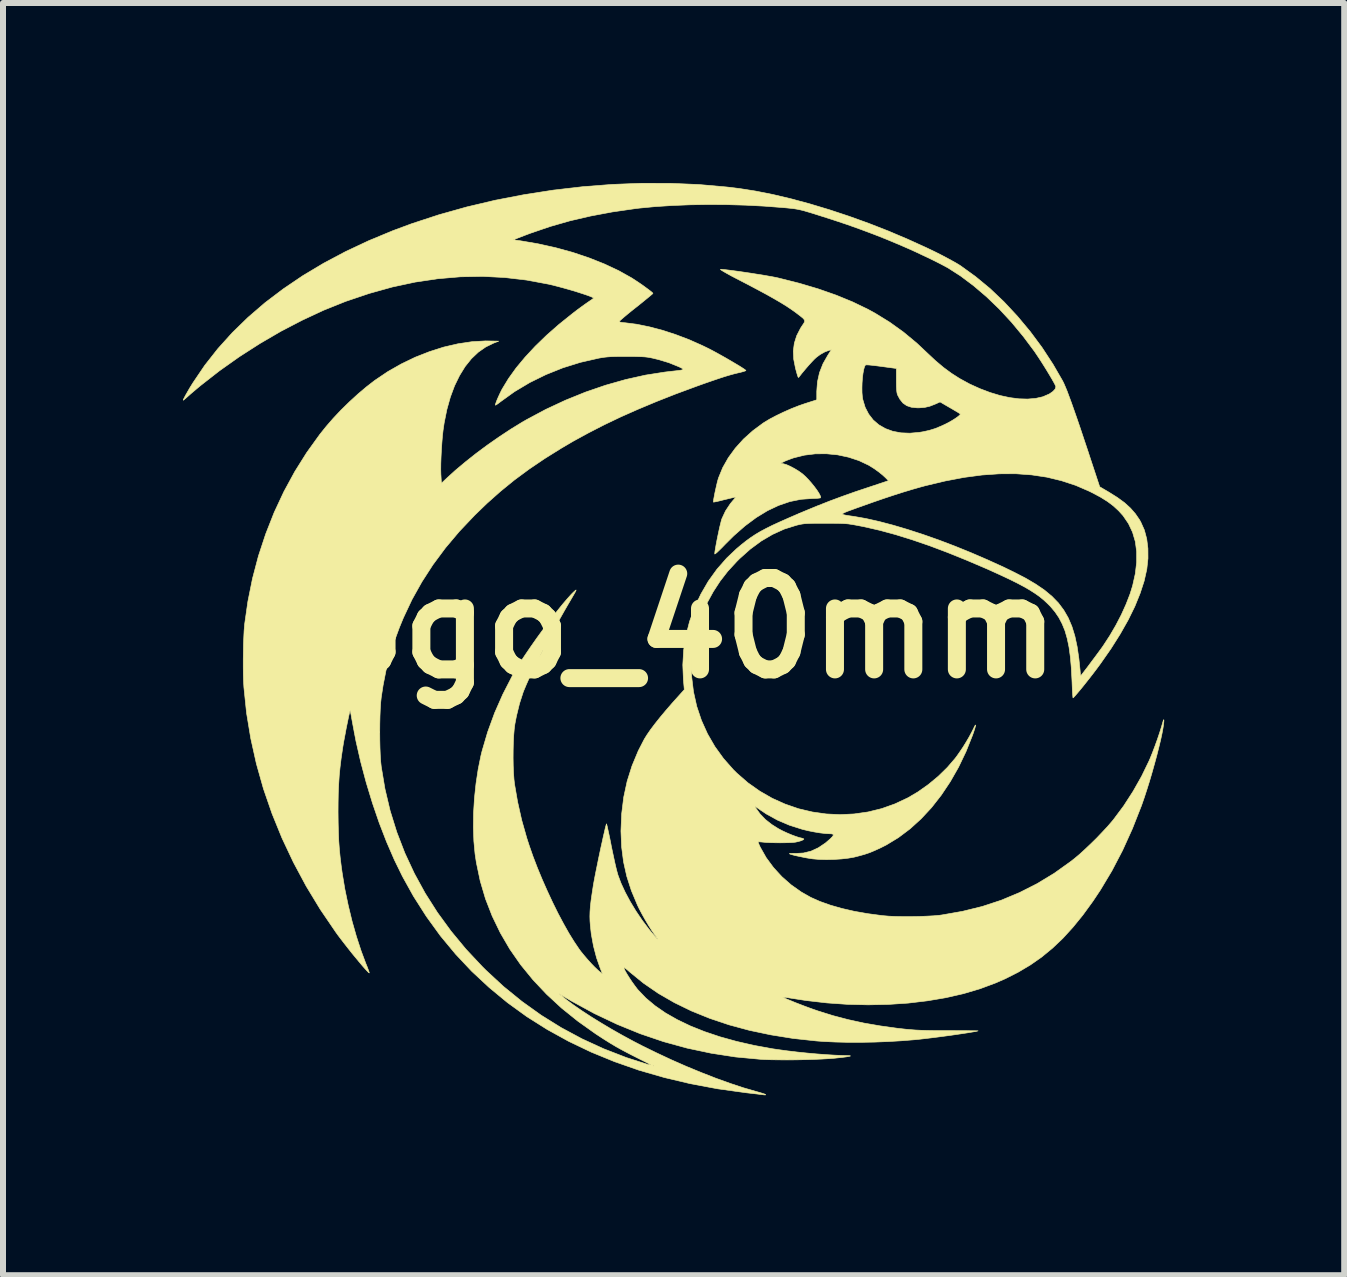
<source format=kicad_pcb>
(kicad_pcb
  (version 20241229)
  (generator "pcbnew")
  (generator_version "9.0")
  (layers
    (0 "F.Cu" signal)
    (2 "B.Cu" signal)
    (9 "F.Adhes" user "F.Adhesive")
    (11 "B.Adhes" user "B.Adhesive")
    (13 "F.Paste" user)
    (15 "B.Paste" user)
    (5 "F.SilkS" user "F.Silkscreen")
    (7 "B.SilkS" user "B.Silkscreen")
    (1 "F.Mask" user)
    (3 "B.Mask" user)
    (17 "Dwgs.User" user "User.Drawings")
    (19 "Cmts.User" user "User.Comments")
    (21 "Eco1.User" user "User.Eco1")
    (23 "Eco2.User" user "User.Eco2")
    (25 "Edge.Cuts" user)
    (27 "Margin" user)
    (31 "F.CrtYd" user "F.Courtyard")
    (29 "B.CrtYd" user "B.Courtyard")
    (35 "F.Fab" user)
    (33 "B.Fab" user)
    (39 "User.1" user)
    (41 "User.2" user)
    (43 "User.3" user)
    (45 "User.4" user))
  (footprint "logo_40mm"
    (layer "F.Cu")
    (at 8.038 7.419)
    (property "Reference" "logo_40mm" (at 0 0 0) (layer "F.SilkS") (effects (font (size 1.524 1.524) (thickness 0.3))))
    (attr through_hole)
    (fp_poly (pts (xy 0.088 -7.413) (xy 0.563 -7.393) (xy 1.026 -7.352) (xy 1.234 -7.327) (xy 1.508 -7.284) (xy 1.799 -7.226) (xy 2.103 -7.154) (xy 2.417 -7.069) (xy 2.739 -6.972) (xy 3.065 -6.864) (xy 3.393 -6.746) (xy 3.718 -6.619) (xy 4.039 -6.483) (xy 4.352 -6.341) (xy 4.502 -6.269) (xy 4.591 -6.224) (xy 4.681 -6.177) (xy 4.766 -6.131) (xy 4.842 -6.089) (xy 4.902 -6.053) (xy 4.928 -6.036) (xy 5.173 -5.859) (xy 5.414 -5.66) (xy 5.647 -5.439) (xy 5.87 -5.2) (xy 6.083 -4.945) (xy 6.282 -4.677) (xy 6.465 -4.397) (xy 6.623 -4.124) (xy 6.645 -4.08) (xy 6.67 -4.022) (xy 6.7 -3.95) (xy 6.733 -3.861) (xy 6.772 -3.756) (xy 6.816 -3.631) (xy 6.866 -3.488) (xy 6.922 -3.324) (xy 6.984 -3.138) (xy 7.054 -2.929) (xy 7.069 -2.882) (xy 7.243 -2.355) (xy 7.398 -2.264) (xy 7.538 -2.176) (xy 7.657 -2.089) (xy 7.756 -1.999) (xy 7.838 -1.905) (xy 7.908 -1.803) (xy 7.929 -1.765) (xy 7.988 -1.633) (xy 8.027 -1.486) (xy 8.047 -1.327) (xy 8.048 -1.16) (xy 8.029 -0.986) (xy 8.028 -0.979) (xy 7.984 -0.783) (xy 7.917 -0.578) (xy 7.829 -0.361) (xy 7.718 -0.135) (xy 7.585 0.1) (xy 7.431 0.344) (xy 7.255 0.596) (xy 7.184 0.692) (xy 7.13 0.763) (xy 7.074 0.835) (xy 7.017 0.907) (xy 6.963 0.975) (xy 6.913 1.036) (xy 6.869 1.088) (xy 6.834 1.129) (xy 6.81 1.155) (xy 6.798 1.164) (xy 6.798 1.163) (xy 6.796 1.149) (xy 6.793 1.114) (xy 6.789 1.06) (xy 6.786 0.992) (xy 6.783 0.913) (xy 6.781 0.867) (xy 6.77 0.663) (xy 6.754 0.481) (xy 6.732 0.319) (xy 6.702 0.175) (xy 6.665 0.046) (xy 6.618 -0.069) (xy 6.563 -0.174) (xy 6.497 -0.271) (xy 6.42 -0.362) (xy 6.373 -0.409) (xy 6.312 -0.466) (xy 6.244 -0.522) (xy 6.168 -0.576) (xy 6.082 -0.631) (xy 5.984 -0.688) (xy 5.871 -0.748) (xy 5.742 -0.812) (xy 5.593 -0.882) (xy 5.424 -0.959) (xy 5.366 -0.985) (xy 5.029 -1.129) (xy 4.71 -1.258) (xy 4.408 -1.372) (xy 4.119 -1.471) (xy 3.842 -1.557) (xy 3.577 -1.629) (xy 3.32 -1.688) (xy 3.207 -1.71) (xy 3.148 -1.721) (xy 3.098 -1.729) (xy 3.052 -1.736) (xy 3.005 -1.74) (xy 2.952 -1.743) (xy 2.89 -1.745) (xy 2.813 -1.746) (xy 2.718 -1.746) (xy 2.667 -1.746) (xy 2.563 -1.746) (xy 2.48 -1.746) (xy 2.415 -1.744) (xy 2.363 -1.742) (xy 2.321 -1.739) (xy 2.285 -1.734) (xy 2.25 -1.728) (xy 2.212 -1.719) (xy 2.181 -1.711) (xy 1.984 -1.649) (xy 1.79 -1.561) (xy 1.601 -1.45) (xy 1.418 -1.315) (xy 1.242 -1.158) (xy 1.193 -1.109) (xy 1.044 -0.947) (xy 0.916 -0.782) (xy 0.802 -0.607) (xy 0.698 -0.417) (xy 0.675 -0.368) (xy 0.578 -0.142) (xy 0.507 0.084) (xy 0.461 0.311) (xy 0.438 0.541) (xy 0.44 0.777) (xy 0.442 0.815) (xy 0.472 1.063) (xy 0.526 1.305) (xy 0.604 1.538) (xy 0.705 1.762) (xy 0.828 1.975) (xy 0.973 2.176) (xy 1.138 2.363) (xy 1.195 2.419) (xy 1.38 2.58) (xy 1.577 2.719) (xy 1.784 2.838) (xy 2 2.935) (xy 2.223 3.012) (xy 2.451 3.066) (xy 2.683 3.099) (xy 2.916 3.11) (xy 3.15 3.099) (xy 3.381 3.066) (xy 3.609 3.01) (xy 3.831 2.931) (xy 4.046 2.83) (xy 4.214 2.731) (xy 4.389 2.607) (xy 4.554 2.47) (xy 4.704 2.323) (xy 4.834 2.172) (xy 4.862 2.135) (xy 4.911 2.065) (xy 4.965 1.985) (xy 5.018 1.899) (xy 5.067 1.815) (xy 5.108 1.739) (xy 5.136 1.684) (xy 5.157 1.64) (xy 5.17 1.618) (xy 5.175 1.618) (xy 5.172 1.637) (xy 5.161 1.676) (xy 5.143 1.732) (xy 5.124 1.786) (xy 5.015 2.059) (xy 4.891 2.318) (xy 4.753 2.56) (xy 4.602 2.786) (xy 4.44 2.993) (xy 4.266 3.18) (xy 4.082 3.347) (xy 3.888 3.493) (xy 3.687 3.615) (xy 3.592 3.663) (xy 3.494 3.708) (xy 3.408 3.744) (xy 3.322 3.773) (xy 3.228 3.799) (xy 3.15 3.819) (xy 3.053 3.836) (xy 2.94 3.849) (xy 2.816 3.857) (xy 2.691 3.86) (xy 2.57 3.857) (xy 2.462 3.848) (xy 2.428 3.843) (xy 2.359 3.832) (xy 2.288 3.818) (xy 2.221 3.804) (xy 2.161 3.791) (xy 2.113 3.778) (xy 2.081 3.768) (xy 2.07 3.761) (xy 2.082 3.758) (xy 2.113 3.756) (xy 2.158 3.756) (xy 2.176 3.757) (xy 2.306 3.75) (xy 2.432 3.719) (xy 2.553 3.663) (xy 2.672 3.583) (xy 2.753 3.513) (xy 2.789 3.476) (xy 2.804 3.451) (xy 2.798 3.437) (xy 2.77 3.43) (xy 2.74 3.429) (xy 2.67 3.425) (xy 2.583 3.415) (xy 2.486 3.399) (xy 2.385 3.379) (xy 2.287 3.355) (xy 2.28 3.353) (xy 2.07 3.286) (xy 1.871 3.201) (xy 1.686 3.099) (xy 1.589 3.034) (xy 1.542 3.001) (xy 1.513 2.982) (xy 1.499 2.976) (xy 1.499 2.983) (xy 1.505 2.993) (xy 1.582 3.099) (xy 1.671 3.192) (xy 1.778 3.276) (xy 1.886 3.344) (xy 1.952 3.379) (xy 2.027 3.414) (xy 2.105 3.447) (xy 2.178 3.474) (xy 2.239 3.494) (xy 2.264 3.499) (xy 2.294 3.507) (xy 2.311 3.516) (xy 2.311 3.518) (xy 2.3 3.53) (xy 2.267 3.545) (xy 2.219 3.559) (xy 2.173 3.569) (xy 2.132 3.574) (xy 2.071 3.577) (xy 1.997 3.579) (xy 1.915 3.58) (xy 1.832 3.579) (xy 1.753 3.577) (xy 1.684 3.574) (xy 1.632 3.569) (xy 1.632 3.569) (xy 1.591 3.565) (xy 1.561 3.563) (xy 1.55 3.565) (xy 1.552 3.577) (xy 1.564 3.607) (xy 1.582 3.647) (xy 1.586 3.655) (xy 1.684 3.828) (xy 1.805 3.992) (xy 1.944 4.144) (xy 2.1 4.281) (xy 2.27 4.401) (xy 2.427 4.49) (xy 2.578 4.557) (xy 2.752 4.619) (xy 2.944 4.674) (xy 3.153 4.722) (xy 3.375 4.761) (xy 3.607 4.792) (xy 3.635 4.795) (xy 3.729 4.803) (xy 3.842 4.808) (xy 3.966 4.81) (xy 4.097 4.81) (xy 4.23 4.808) (xy 4.357 4.803) (xy 4.473 4.797) (xy 4.573 4.788) (xy 4.616 4.782) (xy 4.957 4.722) (xy 5.286 4.641) (xy 5.602 4.537) (xy 5.906 4.41) (xy 6.2 4.261) (xy 6.484 4.089) (xy 6.757 3.894) (xy 6.826 3.84) (xy 6.906 3.773) (xy 6.997 3.69) (xy 7.094 3.598) (xy 7.193 3.501) (xy 7.287 3.402) (xy 7.374 3.309) (xy 7.447 3.224) (xy 7.472 3.194) (xy 7.642 2.966) (xy 7.799 2.723) (xy 7.941 2.472) (xy 8.063 2.221) (xy 8.082 2.178) (xy 8.121 2.082) (xy 8.162 1.974) (xy 8.203 1.861) (xy 8.24 1.751) (xy 8.272 1.65) (xy 8.293 1.577) (xy 8.304 1.54) (xy 8.311 1.527) (xy 8.313 1.537) (xy 8.312 1.567) (xy 8.306 1.618) (xy 8.299 1.665) (xy 8.283 1.753) (xy 8.26 1.861) (xy 8.23 1.985) (xy 8.196 2.12) (xy 8.157 2.263) (xy 8.116 2.409) (xy 8.073 2.555) (xy 8.029 2.695) (xy 7.986 2.827) (xy 7.945 2.945) (xy 7.939 2.962) (xy 7.789 3.343) (xy 7.625 3.705) (xy 7.447 4.046) (xy 7.256 4.365) (xy 7.128 4.557) (xy 6.962 4.785) (xy 6.796 4.989) (xy 6.628 5.173) (xy 6.455 5.337) (xy 6.275 5.485) (xy 6.086 5.617) (xy 5.884 5.737) (xy 5.669 5.846) (xy 5.506 5.917) (xy 5.248 6.013) (xy 4.971 6.095) (xy 4.678 6.162) (xy 4.37 6.214) (xy 4.051 6.252) (xy 3.721 6.274) (xy 3.384 6.281) (xy 3.042 6.273) (xy 2.696 6.249) (xy 2.35 6.209) (xy 2.109 6.172) (xy 2.052 6.163) (xy 2.004 6.156) (xy 1.972 6.152) (xy 1.96 6.151) (xy 1.969 6.158) (xy 1.998 6.172) (xy 2.044 6.192) (xy 2.103 6.216) (xy 2.171 6.244) (xy 2.246 6.273) (xy 2.324 6.303) (xy 2.4 6.331) (xy 2.472 6.357) (xy 2.536 6.379) (xy 2.544 6.382) (xy 2.797 6.461) (xy 3.052 6.528) (xy 3.313 6.585) (xy 3.585 6.632) (xy 3.873 6.672) (xy 4.026 6.689) (xy 4.097 6.695) (xy 4.174 6.701) (xy 4.26 6.705) (xy 4.358 6.708) (xy 4.472 6.71) (xy 4.606 6.711) (xy 4.727 6.711) (xy 4.835 6.711) (xy 4.936 6.712) (xy 5.025 6.712) (xy 5.1 6.713) (xy 5.158 6.713) (xy 5.197 6.714) (xy 5.215 6.714) (xy 5.215 6.714) (xy 5.199 6.72) (xy 5.161 6.727) (xy 5.104 6.737) (xy 5.031 6.749) (xy 4.945 6.762) (xy 4.85 6.776) (xy 4.747 6.791) (xy 4.641 6.805) (xy 4.535 6.819) (xy 4.431 6.832) (xy 4.332 6.844) (xy 4.243 6.854) (xy 4.165 6.862) (xy 4.153 6.863) (xy 3.94 6.88) (xy 3.718 6.893) (xy 3.491 6.902) (xy 3.265 6.906) (xy 3.045 6.906) (xy 2.837 6.901) (xy 2.644 6.892) (xy 2.521 6.883) (xy 2.133 6.841) (xy 1.76 6.781) (xy 1.404 6.706) (xy 1.064 6.614) (xy 0.742 6.506) (xy 0.438 6.383) (xy 0.153 6.244) (xy -0.114 6.09) (xy -0.361 5.92) (xy -0.584 5.739) (xy -0.631 5.698) (xy -0.663 5.672) (xy -0.68 5.661) (xy -0.687 5.661) (xy -0.685 5.673) (xy -0.684 5.677) (xy -0.667 5.715) (xy -0.637 5.767) (xy -0.599 5.828) (xy -0.556 5.893) (xy -0.51 5.957) (xy -0.467 6.014) (xy -0.451 6.033) (xy -0.322 6.168) (xy -0.169 6.296) (xy 0.006 6.417) (xy 0.203 6.529) (xy 0.42 6.633) (xy 0.658 6.728) (xy 0.914 6.814) (xy 1.188 6.89) (xy 1.48 6.957) (xy 1.787 7.013) (xy 1.889 7.028) (xy 2.036 7.048) (xy 2.194 7.067) (xy 2.359 7.084) (xy 2.523 7.099) (xy 2.682 7.111) (xy 2.83 7.12) (xy 2.961 7.125) (xy 3.01 7.126) (xy 3.06 7.127) (xy 3.086 7.13) (xy 3.087 7.135) (xy 3.063 7.141) (xy 3.015 7.149) (xy 2.943 7.158) (xy 2.848 7.168) (xy 2.832 7.17) (xy 2.731 7.178) (xy 2.61 7.185) (xy 2.474 7.191) (xy 2.328 7.195) (xy 2.179 7.198) (xy 2.03 7.199) (xy 1.888 7.198) (xy 1.757 7.196) (xy 1.644 7.192) (xy 1.591 7.189) (xy 1.173 7.15) (xy 0.765 7.087) (xy 0.364 7.002) (xy -0.029 6.894) (xy -0.417 6.762) (xy -0.8 6.606) (xy -1.18 6.426) (xy -1.558 6.22) (xy -1.734 6.116) (xy -1.772 6.093) (xy -1.74 6.12) (xy -1.64 6.201) (xy -1.52 6.289) (xy -1.382 6.384) (xy -1.23 6.483) (xy -1.065 6.585) (xy -0.892 6.688) (xy -0.712 6.79) (xy -0.529 6.889) (xy -0.384 6.964) (xy -0.141 7.083) (xy 0.107 7.199) (xy 0.357 7.309) (xy 0.605 7.411) (xy 0.848 7.506) (xy 1.082 7.59) (xy 1.302 7.663) (xy 1.505 7.722) (xy 1.565 7.739) (xy 1.615 7.754) (xy 1.652 7.766) (xy 1.669 7.774) (xy 1.669 7.774) (xy 1.675 7.78) (xy 1.67 7.783) (xy 1.649 7.782) (xy 1.609 7.777) (xy 1.607 7.777) (xy 1.582 7.774) (xy 1.536 7.768) (xy 1.476 7.761) (xy 1.405 7.753) (xy 1.346 7.746) (xy 0.877 7.681) (xy 0.422 7.596) (xy -0.016 7.492) (xy -0.439 7.37) (xy -0.65 7.296) (xy -0.203 7.296) (xy -0.197 7.303) (xy -0.191 7.296) (xy -0.197 7.29) (xy -0.203 7.296) (xy -0.65 7.296) (xy -0.845 7.228) (xy -1.235 7.068) (xy -1.609 6.889) (xy -1.966 6.692) (xy -2.307 6.477) (xy -2.63 6.243) (xy -2.935 5.991) (xy -3.224 5.722) (xy -3.494 5.435) (xy -3.747 5.13) (xy -3.981 4.807) (xy -4.197 4.468) (xy -4.379 4.14) (xy -4.515 3.862) (xy -4.645 3.562) (xy -4.767 3.246) (xy -4.88 2.916) (xy -4.983 2.577) (xy -5.075 2.232) (xy -5.154 1.886) (xy -5.183 1.734) (xy -4.758 1.734) (xy -4.757 1.869) (xy -4.754 2) (xy -4.749 2.121) (xy -4.742 2.227) (xy -4.733 2.311) (xy -4.671 2.682) (xy -4.585 3.045) (xy -4.474 3.402) (xy -4.34 3.75) (xy -4.182 4.089) (xy -4.001 4.42) (xy -3.797 4.741) (xy -3.57 5.052) (xy -3.321 5.353) (xy -3.049 5.643) (xy -2.989 5.703) (xy -2.695 5.975) (xy -2.387 6.225) (xy -2.067 6.454) (xy -1.734 6.661) (xy -1.386 6.848) (xy -1.024 7.014) (xy -0.647 7.16) (xy -0.292 7.274) (xy -0.259 7.283) (xy -0.242 7.286) (xy -0.241 7.282) (xy -0.258 7.271) (xy -0.294 7.251) (xy -0.351 7.222) (xy -0.429 7.183) (xy -0.445 7.175) (xy -0.581 7.106) (xy -0.701 7.043) (xy -0.81 6.983) (xy -0.916 6.92) (xy -1.026 6.851) (xy -1.147 6.772) (xy -1.162 6.762) (xy -1.456 6.553) (xy -1.728 6.334) (xy -1.977 6.104) (xy -2.204 5.863) (xy -2.409 5.612) (xy -2.59 5.352) (xy -2.748 5.081) (xy -2.883 4.802) (xy -2.995 4.514) (xy -3.083 4.216) (xy -3.147 3.911) (xy -3.169 3.766) (xy -3.189 3.552) (xy -3.197 3.322) (xy -3.194 3.082) (xy -3.179 2.836) (xy -3.153 2.591) (xy -3.117 2.353) (xy -3.071 2.126) (xy -3.053 2.053) (xy -2.959 1.733) (xy -2.843 1.415) (xy -2.706 1.104) (xy -2.552 0.804) (xy -2.381 0.519) (xy -2.334 0.448) (xy -2.244 0.316) (xy -2.151 0.183) (xy -2.056 0.052) (xy -1.961 -0.075) (xy -1.869 -0.196) (xy -1.782 -0.307) (xy -1.701 -0.407) (xy -1.628 -0.492) (xy -1.566 -0.561) (xy -1.53 -0.597) (xy -1.507 -0.618) (xy -1.492 -0.631) (xy -1.485 -0.634) (xy -1.487 -0.625) (xy -1.498 -0.602) (xy -1.52 -0.563) (xy -1.553 -0.506) (xy -1.598 -0.429) (xy -1.602 -0.423) (xy -1.679 -0.29) (xy -1.759 -0.148) (xy -1.84 0.000059) (xy -1.921 0.151) (xy -2 0.301) (xy -2.076 0.448) (xy -2.148 0.59) (xy -2.212 0.722) (xy -2.27 0.842) (xy -2.317 0.948) (xy -2.354 1.036) (xy -2.367 1.069) (xy -2.428 1.258) (xy -2.479 1.466) (xy -2.505 1.6) (xy -2.516 1.684) (xy -2.525 1.789) (xy -2.531 1.907) (xy -2.534 2.034) (xy -2.535 2.165) (xy -2.533 2.294) (xy -2.528 2.416) (xy -2.52 2.525) (xy -2.511 2.603) (xy -2.46 2.898) (xy -2.392 3.201) (xy -2.306 3.504) (xy -2.266 3.627) (xy -2.202 3.81) (xy -2.129 4) (xy -2.049 4.193) (xy -1.964 4.385) (xy -1.876 4.574) (xy -1.786 4.756) (xy -1.695 4.927) (xy -1.606 5.085) (xy -1.519 5.226) (xy -1.437 5.348) (xy -1.407 5.389) (xy -1.355 5.453) (xy -1.296 5.522) (xy -1.235 5.59) (xy -1.175 5.652) (xy -1.122 5.702) (xy -1.091 5.729) (xy -1.044 5.766) (xy -1.081 5.675) (xy -1.144 5.496) (xy -1.195 5.301) (xy -1.232 5.098) (xy -1.247 4.961) (xy -1.253 4.883) (xy -1.255 4.807) (xy -1.253 4.729) (xy -1.247 4.643) (xy -1.236 4.547) (xy -1.22 4.435) (xy -1.2 4.304) (xy -1.195 4.273) (xy -1.184 4.212) (xy -1.17 4.138) (xy -1.153 4.052) (xy -1.134 3.959) (xy -1.114 3.86) (xy -1.093 3.76) (xy -1.072 3.661) (xy -1.051 3.567) (xy -1.032 3.48) (xy -1.014 3.403) (xy -1 3.341) (xy -0.988 3.295) (xy -0.98 3.269) (xy -0.978 3.264) (xy -0.974 3.276) (xy -0.965 3.31) (xy -0.954 3.362) (xy -0.939 3.431) (xy -0.922 3.511) (xy -0.904 3.602) (xy -0.899 3.63) (xy -0.878 3.73) (xy -0.857 3.828) (xy -0.837 3.921) (xy -0.818 4.002) (xy -0.801 4.068) (xy -0.788 4.114) (xy -0.788 4.115) (xy -0.736 4.254) (xy -0.667 4.403) (xy -0.584 4.558) (xy -0.489 4.715) (xy -0.385 4.869) (xy -0.275 5.015) (xy -0.249 5.047) (xy -0.199 5.106) (xy -0.162 5.15) (xy -0.137 5.177) (xy -0.126 5.187) (xy -0.128 5.179) (xy -0.145 5.153) (xy -0.172 5.116) (xy -0.22 5.047) (xy -0.274 4.962) (xy -0.33 4.868) (xy -0.384 4.772) (xy -0.432 4.681) (xy -0.462 4.619) (xy -0.563 4.378) (xy -0.64 4.139) (xy -0.694 3.897) (xy -0.726 3.648) (xy -0.737 3.389) (xy -0.737 3.381) (xy -0.725 3.095) (xy -0.691 2.82) (xy -0.634 2.555) (xy -0.553 2.298) (xy -0.449 2.048) (xy -0.348 1.852) (xy -0.304 1.781) (xy -0.244 1.694) (xy -0.17 1.596) (xy -0.084 1.488) (xy 0.012 1.373) (xy 0.115 1.254) (xy 0.166 1.197) (xy 0.319 1.027) (xy 0.304 0.86) (xy 0.294 0.615) (xy 0.308 0.37) (xy 0.346 0.127) (xy 0.407 -0.111) (xy 0.49 -0.343) (xy 0.595 -0.566) (xy 0.719 -0.78) (xy 0.863 -0.98) (xy 1.026 -1.166) (xy 1.187 -1.319) (xy 1.27 -1.389) (xy 1.348 -1.451) (xy 1.425 -1.507) (xy 1.503 -1.559) (xy 1.587 -1.609) (xy 1.681 -1.659) (xy 1.787 -1.712) (xy 1.909 -1.768) (xy 2.051 -1.831) (xy 2.076 -1.842) (xy 2.21 -1.9) (xy 2.955 -1.9) (xy 2.967 -1.891) (xy 3 -1.883) (xy 3.051 -1.874) (xy 3.122 -1.864) (xy 3.15 -1.86) (xy 3.348 -1.825) (xy 3.566 -1.776) (xy 3.798 -1.715) (xy 4.044 -1.642) (xy 4.3 -1.559) (xy 4.564 -1.466) (xy 4.832 -1.364) (xy 5.103 -1.254) (xy 5.374 -1.137) (xy 5.642 -1.015) (xy 5.823 -0.927) (xy 6.012 -0.829) (xy 6.178 -0.731) (xy 6.323 -0.632) (xy 6.448 -0.528) (xy 6.555 -0.418) (xy 6.644 -0.299) (xy 6.719 -0.169) (xy 6.78 -0.026) (xy 6.829 0.133) (xy 6.867 0.31) (xy 6.896 0.508) (xy 6.916 0.701) (xy 6.924 0.799) (xy 6.953 0.764) (xy 6.969 0.743) (xy 6.998 0.705) (xy 7.036 0.656) (xy 7.079 0.598) (xy 7.113 0.552) (xy 7.162 0.487) (xy 7.21 0.422) (xy 7.254 0.362) (xy 7.289 0.314) (xy 7.304 0.292) (xy 7.411 0.128) (xy 7.512 -0.045) (xy 7.604 -0.222) (xy 7.683 -0.397) (xy 7.749 -0.567) (xy 7.792 -0.705) (xy 7.837 -0.906) (xy 7.859 -1.096) (xy 7.859 -1.275) (xy 7.837 -1.441) (xy 7.791 -1.597) (xy 7.723 -1.741) (xy 7.633 -1.873) (xy 7.558 -1.956) (xy 7.472 -2.035) (xy 7.374 -2.109) (xy 7.259 -2.181) (xy 7.124 -2.253) (xy 7.068 -2.281) (xy 6.841 -2.379) (xy 6.606 -2.456) (xy 6.363 -2.515) (xy 6.109 -2.553) (xy 5.846 -2.572) (xy 5.57 -2.571) (xy 5.282 -2.551) (xy 4.981 -2.511) (xy 4.666 -2.451) (xy 4.335 -2.372) (xy 4.247 -2.348) (xy 4.121 -2.312) (xy 3.975 -2.268) (xy 3.815 -2.217) (xy 3.646 -2.161) (xy 3.472 -2.101) (xy 3.298 -2.039) (xy 3.213 -2.009) (xy 3.117 -1.974) (xy 3.043 -1.947) (xy 2.992 -1.926) (xy 2.963 -1.911) (xy 2.955 -1.9) (xy 2.21 -1.9) (xy 2.312 -1.943) (xy 2.532 -2.034) (xy 2.743 -2.117) (xy 2.953 -2.195) (xy 3.167 -2.271) (xy 3.35 -2.332) (xy 3.722 -2.456) (xy 3.674 -2.505) (xy 3.623 -2.552) (xy 3.558 -2.604) (xy 3.486 -2.656) (xy 3.414 -2.701) (xy 3.391 -2.715) (xy 3.23 -2.791) (xy 3.057 -2.848) (xy 2.875 -2.887) (xy 2.689 -2.905) (xy 2.503 -2.904) (xy 2.322 -2.882) (xy 2.149 -2.839) (xy 2.13 -2.833) (xy 2.075 -2.813) (xy 2.022 -2.793) (xy 1.982 -2.776) (xy 1.976 -2.772) (xy 1.926 -2.747) (xy 1.972 -2.738) (xy 2.023 -2.723) (xy 2.086 -2.695) (xy 2.156 -2.658) (xy 2.225 -2.616) (xy 2.286 -2.572) (xy 2.299 -2.561) (xy 2.344 -2.52) (xy 2.392 -2.47) (xy 2.44 -2.415) (xy 2.486 -2.358) (xy 2.527 -2.303) (xy 2.56 -2.253) (xy 2.582 -2.212) (xy 2.593 -2.183) (xy 2.589 -2.17) (xy 2.569 -2.166) (xy 2.531 -2.162) (xy 2.48 -2.16) (xy 2.45 -2.159) (xy 2.264 -2.146) (xy 2.078 -2.108) (xy 1.891 -2.044) (xy 1.705 -1.956) (xy 1.518 -1.842) (xy 1.331 -1.703) (xy 1.144 -1.539) (xy 1.003 -1.399) (xy 0.947 -1.341) (xy 0.899 -1.294) (xy 0.862 -1.259) (xy 0.836 -1.238) (xy 0.826 -1.234) (xy 0.826 -1.235) (xy 0.828 -1.265) (xy 0.836 -1.315) (xy 0.847 -1.38) (xy 0.861 -1.455) (xy 0.877 -1.534) (xy 0.894 -1.614) (xy 0.91 -1.687) (xy 0.926 -1.751) (xy 0.938 -1.8) (xy 0.946 -1.823) (xy 1.006 -1.952) (xy 1.085 -2.071) (xy 1.125 -2.12) (xy 1.153 -2.152) (xy 1.171 -2.175) (xy 1.175 -2.184) (xy 1.174 -2.184) (xy 1.16 -2.181) (xy 1.125 -2.173) (xy 1.074 -2.161) (xy 1.013 -2.146) (xy 0.987 -2.14) (xy 0.924 -2.124) (xy 0.87 -2.111) (xy 0.83 -2.103) (xy 0.807 -2.099) (xy 0.805 -2.099) (xy 0.805 -2.114) (xy 0.809 -2.148) (xy 0.818 -2.197) (xy 0.829 -2.255) (xy 0.843 -2.318) (xy 0.857 -2.38) (xy 0.87 -2.436) (xy 0.883 -2.482) (xy 0.889 -2.502) (xy 0.959 -2.673) (xy 1.053 -2.839) (xy 1.169 -2.998) (xy 1.305 -3.149) (xy 1.46 -3.288) (xy 1.631 -3.415) (xy 1.648 -3.426) (xy 1.742 -3.483) (xy 1.854 -3.542) (xy 1.977 -3.601) (xy 2.104 -3.657) (xy 2.229 -3.706) (xy 2.333 -3.742) (xy 2.527 -3.804) (xy 2.527 -3.944) (xy 2.531 -4.001) (xy 3.28 -4.001) (xy 3.281 -3.922) (xy 3.287 -3.851) (xy 3.294 -3.81) (xy 3.333 -3.68) (xy 3.392 -3.566) (xy 3.468 -3.468) (xy 3.561 -3.388) (xy 3.67 -3.325) (xy 3.793 -3.28) (xy 3.93 -3.254) (xy 4.079 -3.248) (xy 4.238 -3.262) (xy 4.299 -3.272) (xy 4.403 -3.295) (xy 4.5 -3.325) (xy 4.6 -3.366) (xy 4.667 -3.397) (xy 4.728 -3.428) (xy 4.787 -3.462) (xy 4.839 -3.495) (xy 4.881 -3.525) (xy 4.909 -3.549) (xy 4.92 -3.566) (xy 4.919 -3.569) (xy 4.905 -3.579) (xy 4.873 -3.599) (xy 4.827 -3.626) (xy 4.772 -3.659) (xy 4.745 -3.674) (xy 4.582 -3.769) (xy 4.504 -3.734) (xy 4.412 -3.698) (xy 4.327 -3.678) (xy 4.236 -3.671) (xy 4.198 -3.671) (xy 4.103 -3.681) (xy 4.026 -3.707) (xy 3.963 -3.751) (xy 3.912 -3.815) (xy 3.877 -3.88) (xy 3.868 -3.904) (xy 3.862 -3.934) (xy 3.858 -3.974) (xy 3.855 -4.027) (xy 3.854 -4.101) (xy 3.854 -4.129) (xy 3.854 -4.327) (xy 3.602 -4.361) (xy 3.525 -4.371) (xy 3.456 -4.379) (xy 3.399 -4.385) (xy 3.36 -4.387) (xy 3.34 -4.386) (xy 3.339 -4.386) (xy 3.323 -4.357) (xy 3.309 -4.307) (xy 3.297 -4.242) (xy 3.288 -4.166) (xy 3.282 -4.084) (xy 3.28 -4.001) (xy 2.531 -4.001) (xy 2.539 -4.105) (xy 2.573 -4.258) (xy 2.631 -4.406) (xy 2.71 -4.545) (xy 2.77 -4.639) (xy 2.734 -4.63) (xy 2.663 -4.604) (xy 2.586 -4.561) (xy 2.522 -4.514) (xy 2.489 -4.484) (xy 2.445 -4.438) (xy 2.393 -4.381) (xy 2.338 -4.317) (xy 2.282 -4.25) (xy 2.231 -4.185) (xy 2.227 -4.179) (xy 2.221 -4.177) (xy 2.215 -4.186) (xy 2.206 -4.21) (xy 2.194 -4.251) (xy 2.177 -4.313) (xy 2.172 -4.332) (xy 2.143 -4.479) (xy 2.136 -4.617) (xy 2.153 -4.748) (xy 2.193 -4.874) (xy 2.257 -4.999) (xy 2.287 -5.045) (xy 2.309 -5.077) (xy 2.322 -5.101) (xy 2.326 -5.122) (xy 2.317 -5.142) (xy 2.296 -5.166) (xy 2.258 -5.197) (xy 2.203 -5.239) (xy 2.176 -5.26) (xy 2.104 -5.311) (xy 2.022 -5.366) (xy 1.928 -5.424) (xy 1.82 -5.487) (xy 1.696 -5.557) (xy 1.553 -5.634) (xy 1.391 -5.72) (xy 1.302 -5.766) (xy 1.194 -5.822) (xy 1.102 -5.87) (xy 1.028 -5.911) (xy 0.972 -5.943) (xy 0.936 -5.965) (xy 0.921 -5.977) (xy 0.922 -5.979) (xy 0.946 -5.979) (xy 0.992 -5.975) (xy 1.057 -5.967) (xy 1.135 -5.957) (xy 1.225 -5.945) (xy 1.321 -5.931) (xy 1.422 -5.916) (xy 1.522 -5.9) (xy 1.619 -5.885) (xy 1.71 -5.869) (xy 1.79 -5.855) (xy 1.856 -5.842) (xy 1.891 -5.834) (xy 2.233 -5.748) (xy 2.553 -5.653) (xy 2.85 -5.549) (xy 3.125 -5.436) (xy 3.378 -5.314) (xy 3.499 -5.248) (xy 3.741 -5.099) (xy 3.971 -4.934) (xy 4.193 -4.75) (xy 4.362 -4.591) (xy 4.504 -4.458) (xy 4.639 -4.344) (xy 4.772 -4.246) (xy 4.905 -4.161) (xy 4.91 -4.158) (xy 5.077 -4.067) (xy 5.247 -3.99) (xy 5.416 -3.926) (xy 5.582 -3.876) (xy 5.744 -3.841) (xy 5.898 -3.821) (xy 6.043 -3.817) (xy 6.176 -3.828) (xy 6.295 -3.855) (xy 6.397 -3.899) (xy 6.407 -3.904) (xy 6.464 -3.944) (xy 6.5 -3.983) (xy 6.512 -4.018) (xy 6.511 -4.028) (xy 6.501 -4.052) (xy 6.479 -4.094) (xy 6.448 -4.149) (xy 6.409 -4.215) (xy 6.365 -4.288) (xy 6.318 -4.364) (xy 6.27 -4.44) (xy 6.223 -4.512) (xy 6.18 -4.576) (xy 6.158 -4.609) (xy 5.971 -4.859) (xy 5.775 -5.096) (xy 5.569 -5.318) (xy 5.357 -5.522) (xy 5.14 -5.707) (xy 4.921 -5.871) (xy 4.715 -6.003) (xy 4.658 -6.034) (xy 4.582 -6.074) (xy 4.491 -6.12) (xy 4.389 -6.17) (xy 4.28 -6.221) (xy 4.17 -6.273) (xy 4.061 -6.322) (xy 3.958 -6.367) (xy 3.931 -6.379) (xy 3.704 -6.474) (xy 3.485 -6.561) (xy 3.266 -6.643) (xy 3.043 -6.723) (xy 2.809 -6.801) (xy 2.559 -6.881) (xy 2.464 -6.911) (xy 2.38 -6.936) (xy 2.313 -6.956) (xy 2.256 -6.97) (xy 2.204 -6.981) (xy 2.15 -6.99) (xy 2.087 -6.997) (xy 2.009 -7.005) (xy 1.949 -7.01) (xy 1.648 -7.033) (xy 1.339 -7.049) (xy 1.026 -7.058) (xy 0.715 -7.06) (xy 0.41 -7.055) (xy 0.115 -7.043) (xy -0.166 -7.025) (xy -0.428 -7) (xy -0.502 -6.991) (xy -0.882 -6.936) (xy -1.243 -6.868) (xy -1.588 -6.788) (xy -1.919 -6.693) (xy -2.241 -6.583) (xy -2.348 -6.543) (xy -2.532 -6.472) (xy -2.418 -6.456) (xy -2.119 -6.405) (xy -1.826 -6.34) (xy -1.542 -6.262) (xy -1.271 -6.171) (xy -1.014 -6.069) (xy -0.775 -5.957) (xy -0.557 -5.835) (xy -0.554 -5.833) (xy -0.5 -5.798) (xy -0.441 -5.759) (xy -0.381 -5.718) (xy -0.325 -5.677) (xy -0.275 -5.64) (xy -0.236 -5.61) (xy -0.211 -5.588) (xy -0.204 -5.579) (xy -0.214 -5.568) (xy -0.241 -5.545) (xy -0.283 -5.51) (xy -0.338 -5.465) (xy -0.402 -5.413) (xy -0.474 -5.355) (xy -0.49 -5.343) (xy -0.563 -5.285) (xy -0.629 -5.231) (xy -0.684 -5.185) (xy -0.728 -5.147) (xy -0.757 -5.121) (xy -0.769 -5.108) (xy -0.769 -5.107) (xy -0.754 -5.101) (xy -0.721 -5.094) (xy -0.676 -5.089) (xy -0.67 -5.089) (xy -0.474 -5.064) (xy -0.264 -5.021) (xy -0.046 -4.964) (xy 0.177 -4.891) (xy 0.401 -4.806) (xy 0.621 -4.708) (xy 0.73 -4.655) (xy 0.795 -4.621) (xy 0.867 -4.582) (xy 0.944 -4.539) (xy 1.022 -4.495) (xy 1.099 -4.45) (xy 1.17 -4.408) (xy 1.234 -4.37) (xy 1.286 -4.337) (xy 1.324 -4.312) (xy 1.344 -4.296) (xy 1.346 -4.292) (xy 1.335 -4.286) (xy 1.304 -4.276) (xy 1.258 -4.263) (xy 1.222 -4.255) (xy 1.152 -4.238) (xy 1.076 -4.217) (xy 0.992 -4.192) (xy 0.897 -4.161) (xy 0.788 -4.124) (xy 0.661 -4.08) (xy 0.527 -4.032) (xy 0.178 -3.903) (xy -0.147 -3.775) (xy -0.453 -3.647) (xy -0.742 -3.519) (xy -1.016 -3.388) (xy -1.277 -3.254) (xy -1.53 -3.116) (xy -1.726 -3.001) (xy -2.008 -2.825) (xy -2.268 -2.649) (xy -2.513 -2.468) (xy -2.745 -2.279) (xy -2.97 -2.079) (xy -3.175 -1.881) (xy -3.431 -1.611) (xy -3.662 -1.337) (xy -3.87 -1.057) (xy -4.055 -0.771) (xy -4.22 -0.476) (xy -4.364 -0.17) (xy -4.431 -0.007) (xy -4.521 0.237) (xy -4.594 0.473) (xy -4.654 0.709) (xy -4.702 0.954) (xy -4.733 1.156) (xy -4.742 1.241) (xy -4.749 1.346) (xy -4.754 1.467) (xy -4.757 1.598) (xy -4.758 1.734) (xy -5.183 1.734) (xy -5.213 1.575) (xy -5.225 1.508) (xy -5.235 1.45) (xy -5.244 1.406) (xy -5.249 1.38) (xy -5.25 1.375) (xy -5.255 1.385) (xy -5.263 1.416) (xy -5.274 1.464) (xy -5.287 1.526) (xy -5.302 1.599) (xy -5.318 1.677) (xy -5.333 1.759) (xy -5.348 1.838) (xy -5.362 1.913) (xy -5.373 1.98) (xy -5.378 2.013) (xy -5.401 2.17) (xy -5.419 2.316) (xy -5.433 2.456) (xy -5.442 2.596) (xy -5.449 2.744) (xy -5.452 2.905) (xy -5.453 3.067) (xy -5.451 3.245) (xy -5.447 3.404) (xy -5.441 3.55) (xy -5.431 3.69) (xy -5.417 3.829) (xy -5.399 3.975) (xy -5.384 4.083) (xy -5.34 4.35) (xy -5.284 4.62) (xy -5.22 4.885) (xy -5.147 5.141) (xy -5.068 5.383) (xy -4.992 5.587) (xy -4.968 5.645) (xy -4.95 5.694) (xy -4.937 5.73) (xy -4.932 5.748) (xy -4.932 5.749) (xy -4.943 5.743) (xy -4.967 5.719) (xy -5.003 5.68) (xy -5.048 5.629) (xy -5.1 5.567) (xy -5.158 5.497) (xy -5.219 5.423) (xy -5.28 5.346) (xy -5.341 5.268) (xy -5.399 5.193) (xy -5.452 5.123) (xy -5.491 5.069) (xy -5.749 4.69) (xy -5.985 4.301) (xy -6.197 3.905) (xy -6.387 3.502) (xy -6.553 3.094) (xy -6.696 2.68) (xy -6.814 2.262) (xy -6.908 1.84) (xy -6.978 1.416) (xy -7.022 0.991) (xy -7.024 0.959) (xy -7.029 0.87) (xy -7.032 0.764) (xy -7.033 0.645) (xy -7.033 0.519) (xy -7.031 0.39) (xy -7.029 0.265) (xy -7.024 0.148) (xy -7.019 0.045) (xy -7.012 -0.04) (xy -7.011 -0.057) (xy -6.956 -0.443) (xy -6.879 -0.825) (xy -6.78 -1.201) (xy -6.659 -1.568) (xy -6.518 -1.926) (xy -6.356 -2.273) (xy -6.175 -2.606) (xy -5.975 -2.925) (xy -5.757 -3.228) (xy -5.647 -3.365) (xy -5.533 -3.496) (xy -5.404 -3.633) (xy -5.265 -3.769) (xy -5.122 -3.9) (xy -4.98 -4.02) (xy -4.846 -4.124) (xy -4.839 -4.129) (xy -4.624 -4.274) (xy -4.399 -4.402) (xy -4.167 -4.514) (xy -3.93 -4.607) (xy -3.692 -4.683) (xy -3.455 -4.738) (xy -3.222 -4.773) (xy -2.996 -4.786) (xy -2.927 -4.785) (xy -2.775 -4.782) (xy -2.856 -4.751) (xy -2.99 -4.686) (xy -3.115 -4.599) (xy -3.23 -4.49) (xy -3.335 -4.359) (xy -3.428 -4.208) (xy -3.511 -4.038) (xy -3.581 -3.85) (xy -3.639 -3.643) (xy -3.684 -3.42) (xy -3.702 -3.298) (xy -3.713 -3.2) (xy -3.722 -3.09) (xy -3.73 -2.973) (xy -3.736 -2.855) (xy -3.74 -2.743) (xy -3.741 -2.643) (xy -3.739 -2.561) (xy -3.738 -2.549) (xy -3.73 -2.413) (xy -3.646 -2.493) (xy -3.499 -2.627) (xy -3.332 -2.767) (xy -3.152 -2.91) (xy -2.962 -3.051) (xy -2.767 -3.187) (xy -2.573 -3.315) (xy -2.384 -3.431) (xy -2.311 -3.473) (xy -1.991 -3.644) (xy -1.663 -3.797) (xy -1.33 -3.932) (xy -0.995 -4.047) (xy -0.66 -4.142) (xy -0.329 -4.216) (xy -0.004 -4.267) (xy 0.108 -4.28) (xy 0.189 -4.289) (xy 0.247 -4.296) (xy 0.283 -4.303) (xy 0.298 -4.311) (xy 0.294 -4.321) (xy 0.273 -4.334) (xy 0.236 -4.352) (xy 0.218 -4.36) (xy 0.062 -4.423) (xy -0.106 -4.474) (xy -0.209 -4.499) (xy -0.253 -4.508) (xy -0.295 -4.515) (xy -0.339 -4.52) (xy -0.389 -4.523) (xy -0.451 -4.525) (xy -0.528 -4.527) (xy -0.625 -4.527) (xy -0.648 -4.527) (xy -0.751 -4.527) (xy -0.833 -4.526) (xy -0.9 -4.524) (xy -0.956 -4.52) (xy -1.006 -4.515) (xy -1.054 -4.508) (xy -1.107 -4.499) (xy -1.111 -4.498) (xy -1.413 -4.429) (xy -1.705 -4.338) (xy -1.987 -4.225) (xy -2.256 -4.093) (xy -2.511 -3.941) (xy -2.743 -3.774) (xy -2.781 -3.745) (xy -2.811 -3.724) (xy -2.828 -3.715) (xy -2.83 -3.715) (xy -2.829 -3.73) (xy -2.818 -3.762) (xy -2.801 -3.807) (xy -2.778 -3.859) (xy -2.752 -3.915) (xy -2.726 -3.968) (xy -2.715 -3.988) (xy -2.611 -4.159) (xy -2.484 -4.336) (xy -2.335 -4.515) (xy -2.166 -4.697) (xy -1.978 -4.879) (xy -1.772 -5.06) (xy -1.549 -5.239) (xy -1.47 -5.3) (xy -1.409 -5.345) (xy -1.351 -5.387) (xy -1.3 -5.423) (xy -1.262 -5.449) (xy -1.25 -5.457) (xy -1.219 -5.478) (xy -1.198 -5.495) (xy -1.194 -5.501) (xy -1.206 -5.51) (xy -1.239 -5.525) (xy -1.29 -5.544) (xy -1.355 -5.566) (xy -1.432 -5.591) (xy -1.517 -5.618) (xy -1.607 -5.644) (xy -1.699 -5.67) (xy -1.789 -5.694) (xy -1.874 -5.716) (xy -1.943 -5.732) (xy -2.307 -5.8) (xy -2.673 -5.843) (xy -3.042 -5.862) (xy -3.414 -5.855) (xy -3.788 -5.823) (xy -4.166 -5.767) (xy -4.548 -5.685) (xy -4.932 -5.578) (xy -5.321 -5.447) (xy -5.339 -5.44) (xy -5.693 -5.298) (xy -6.049 -5.132) (xy -6.405 -4.947) (xy -6.755 -4.743) (xy -7.098 -4.523) (xy -7.43 -4.288) (xy -7.741 -4.045) (xy -7.8 -3.996) (xy -7.858 -3.947) (xy -7.91 -3.903) (xy -7.949 -3.868) (xy -7.959 -3.859) (xy -7.993 -3.829) (xy -8.019 -3.807) (xy -8.033 -3.797) (xy -8.033 -3.797) (xy -8.032 -3.808) (xy -8.018 -3.836) (xy -7.995 -3.88) (xy -7.963 -3.936) (xy -7.925 -4.002) (xy -7.881 -4.073) (xy -7.869 -4.092) (xy -7.674 -4.38) (xy -7.456 -4.657) (xy -7.216 -4.923) (xy -6.954 -5.178) (xy -6.671 -5.422) (xy -6.366 -5.653) (xy -6.041 -5.873) (xy -5.695 -6.08) (xy -5.33 -6.274) (xy -4.945 -6.455) (xy -4.541 -6.623) (xy -4.22 -6.742) (xy -3.771 -6.889) (xy -3.308 -7.019) (xy -2.834 -7.131) (xy -2.352 -7.224) (xy -1.864 -7.3) (xy -1.373 -7.357) (xy -0.882 -7.395) (xy -0.394 -7.414) (xy 0.088 -7.413)) (stroke (width 0.01) (type solid)) (fill yes) (layer "F.SilkS")))
  (gr_rect
    (start -3 -3)
    (end 19.357 18.207)
    (stroke (width 0.1) (type default))
    (fill no)
    (layer "Edge.Cuts")))
</source>
